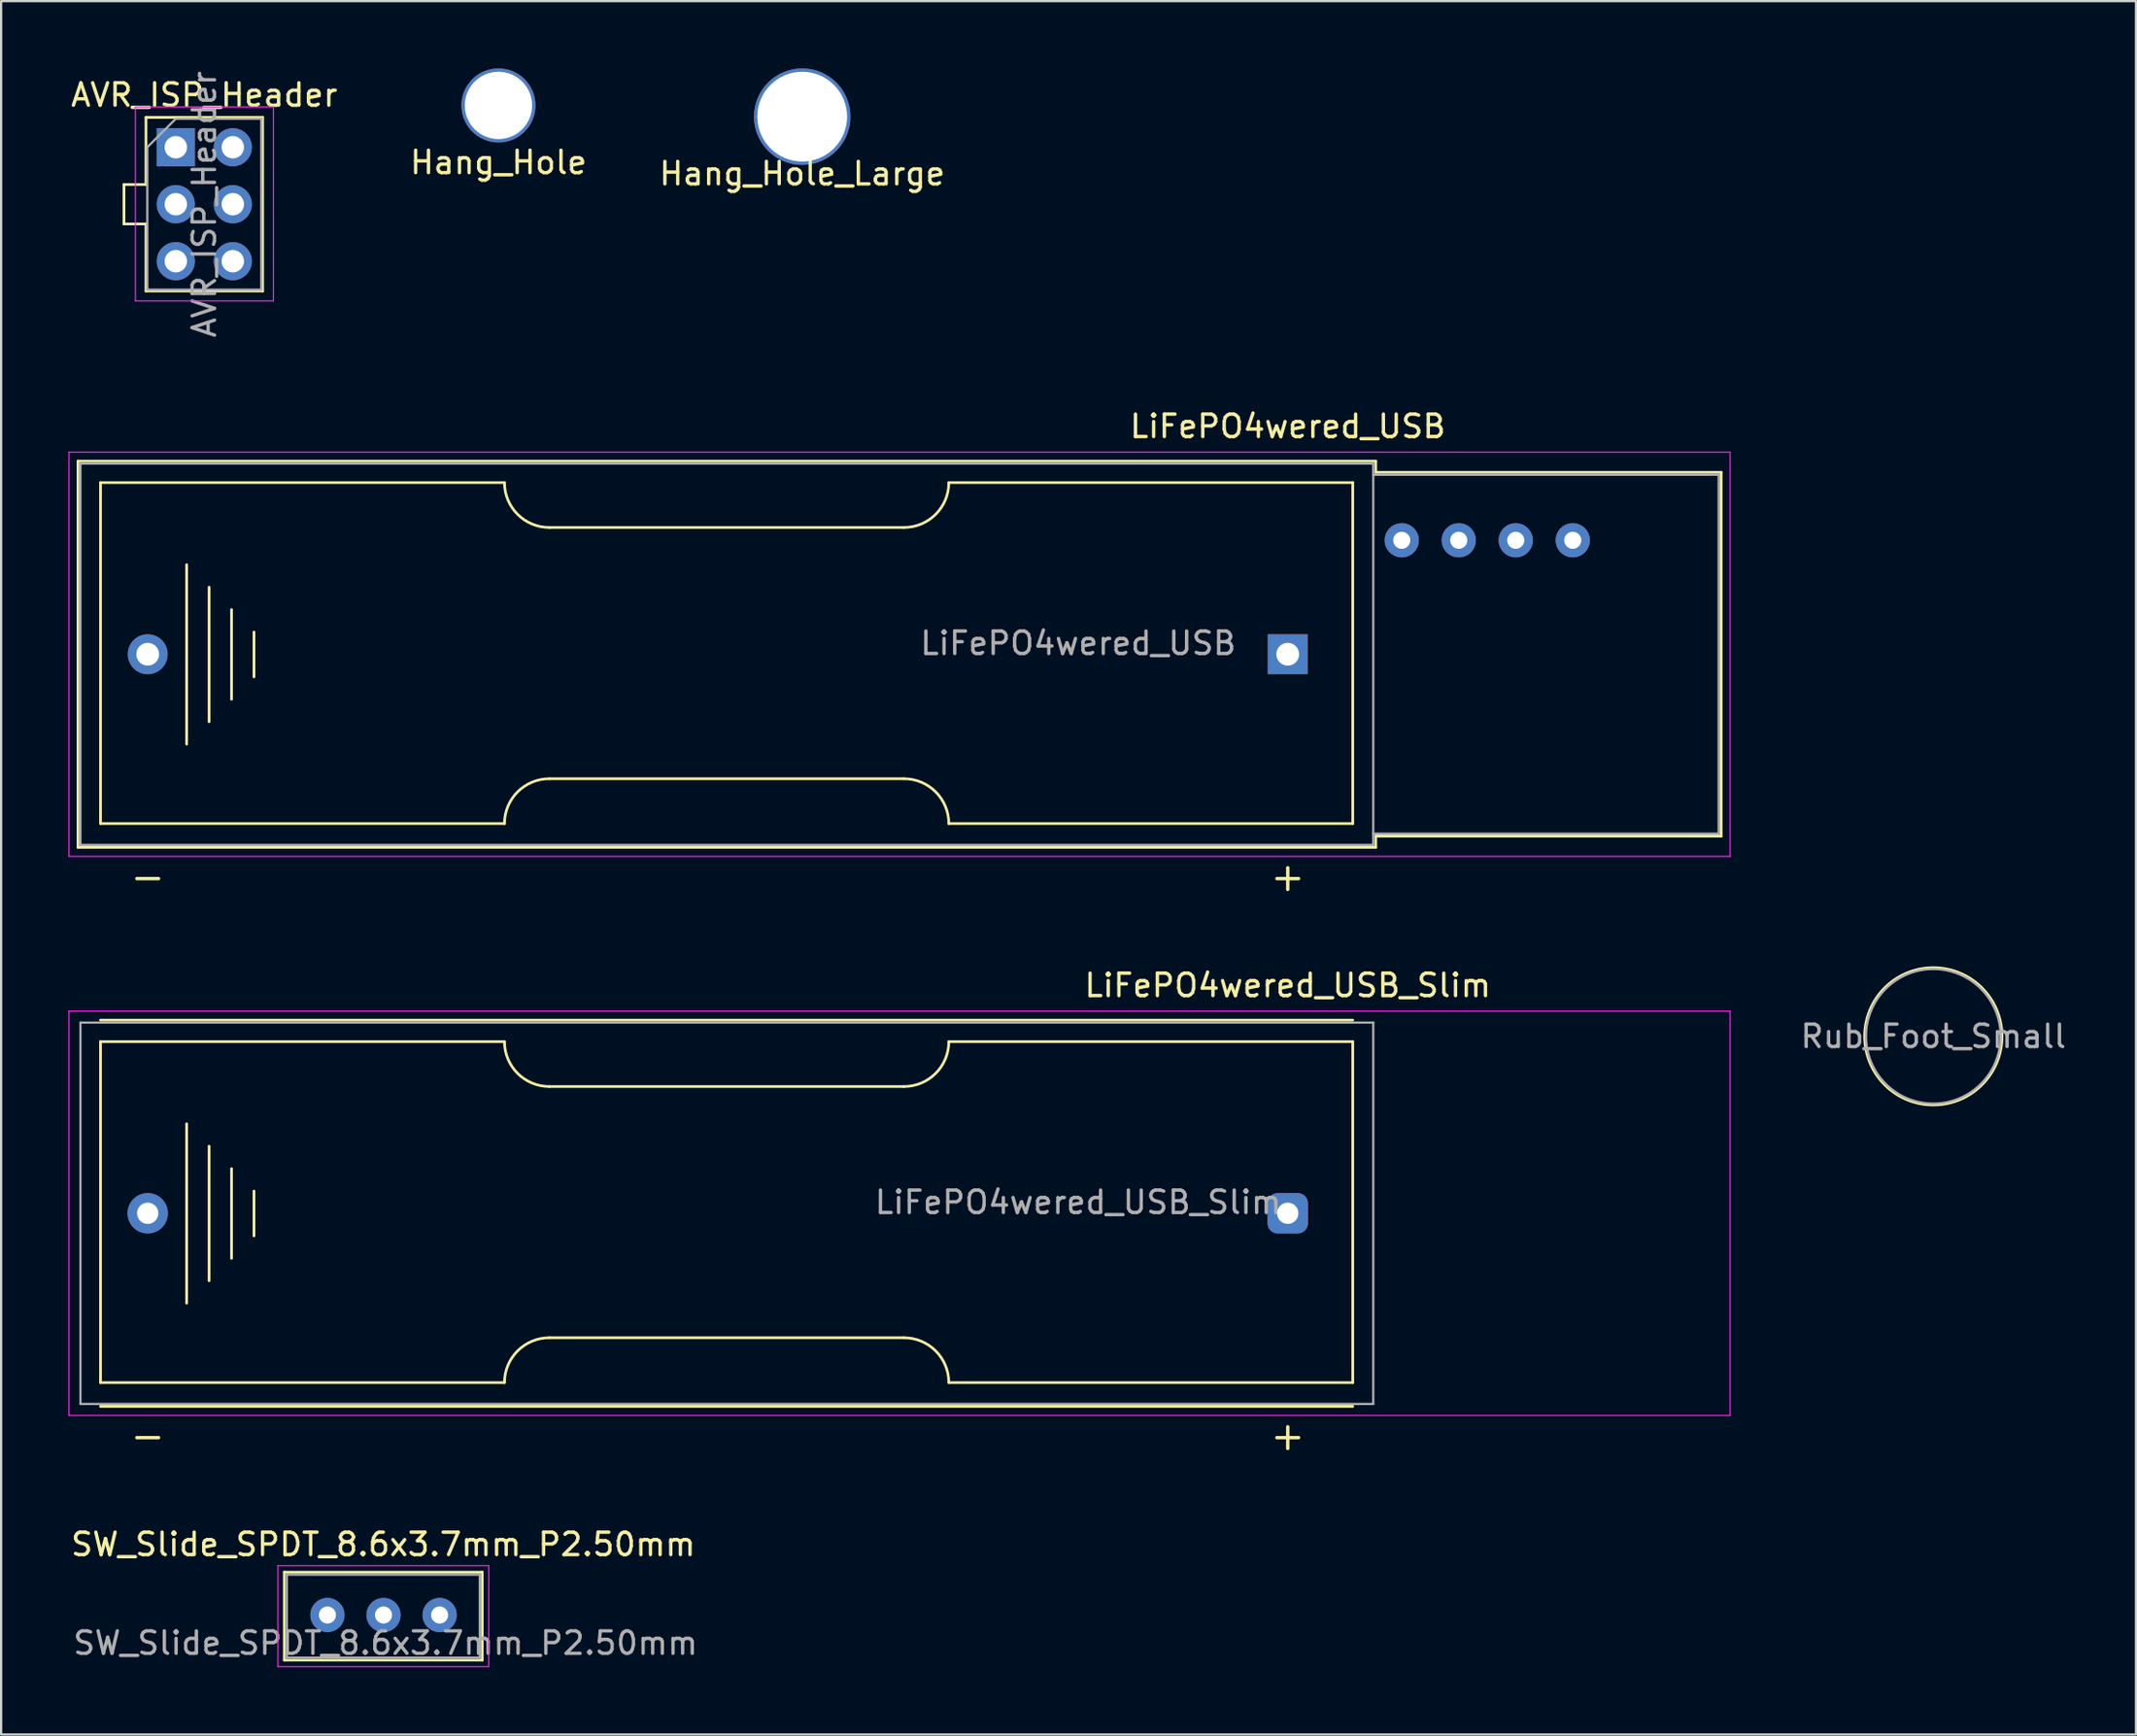
<source format=kicad_pcb>
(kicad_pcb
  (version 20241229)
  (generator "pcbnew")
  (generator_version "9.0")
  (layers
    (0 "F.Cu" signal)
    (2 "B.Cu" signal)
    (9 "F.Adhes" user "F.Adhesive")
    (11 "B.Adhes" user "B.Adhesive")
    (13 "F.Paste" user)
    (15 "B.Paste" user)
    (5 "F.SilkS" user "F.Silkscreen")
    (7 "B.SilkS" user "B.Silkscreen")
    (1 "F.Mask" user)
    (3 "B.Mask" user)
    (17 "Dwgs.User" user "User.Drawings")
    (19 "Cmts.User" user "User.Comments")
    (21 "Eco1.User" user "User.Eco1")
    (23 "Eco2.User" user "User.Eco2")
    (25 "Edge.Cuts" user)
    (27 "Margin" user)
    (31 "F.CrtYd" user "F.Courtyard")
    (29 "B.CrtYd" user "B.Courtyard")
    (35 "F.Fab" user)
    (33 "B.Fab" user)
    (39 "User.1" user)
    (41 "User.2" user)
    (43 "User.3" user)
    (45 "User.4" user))
  (footprint "AVR_ISP_Header"
    (layer "F.Cu")
    (at 4.784 3.514)
    (property "Reference" "AVR_ISP_Header" (at 1.27 -2.33 0) (layer "F.SilkS") (effects (font (size 1 1) (thickness 0.15))))
    (attr through_hole)
    (fp_line (start -2.31 3.42) (end -2.31 1.66) (stroke (width 0.12) (type solid)) (layer "F.SilkS"))
    (fp_line (start -1.33 1.66) (end -2.31 1.66) (stroke (width 0.12) (type solid)) (layer "F.SilkS"))
    (fp_line (start -1.33 1.66) (end -1.33 -1.33) (stroke (width 0.12) (type solid)) (layer "F.SilkS"))
    (fp_line (start -1.33 3.42) (end -2.31 3.42) (stroke (width 0.12) (type solid)) (layer "F.SilkS"))
    (fp_line (start -1.33 6.41) (end -1.33 3.42) (stroke (width 0.12) (type solid)) (layer "F.SilkS"))
    (fp_line (start 3.87 -1.33) (end -1.33 -1.33) (stroke (width 0.12) (type solid)) (layer "F.SilkS"))
    (fp_line (start 3.87 6.41) (end -1.33 6.41) (stroke (width 0.12) (type solid)) (layer "F.SilkS"))
    (fp_line (start 3.87 6.41) (end 3.87 -1.33) (stroke (width 0.12) (type solid)) (layer "F.SilkS"))
    (fp_line (start -1.8 -1.8) (end -1.8 6.85) (stroke (width 0.05) (type solid)) (layer "F.CrtYd"))
    (fp_line (start -1.8 6.85) (end 4.35 6.85) (stroke (width 0.05) (type solid)) (layer "F.CrtYd"))
    (fp_line (start 4.35 -1.8) (end -1.8 -1.8) (stroke (width 0.05) (type solid)) (layer "F.CrtYd"))
    (fp_line (start 4.35 6.85) (end 4.35 -1.8) (stroke (width 0.05) (type solid)) (layer "F.CrtYd"))
    (fp_line (start -1.27 0) (end 0 -1.27) (stroke (width 0.1) (type solid)) (layer "F.Fab"))
    (fp_line (start -1.27 6.35) (end -1.27 0) (stroke (width 0.1) (type solid)) (layer "F.Fab"))
    (fp_line (start 0 -1.27) (end 3.81 -1.27) (stroke (width 0.1) (type solid)) (layer "F.Fab"))
    (fp_line (start 3.81 -1.27) (end 3.81 6.35) (stroke (width 0.1) (type solid)) (layer "F.Fab"))
    (fp_line (start 3.81 6.35) (end -1.27 6.35) (stroke (width 0.1) (type solid)) (layer "F.Fab"))
    (fp_text user "${REFERENCE}" (at 1.27 2.54 90) (layer "F.Fab") (effects (font (size 1 1) (thickness 0.15))))
    (pad "1" thru_hole rect (at 0 0) (size 1.7 1.7) (drill 1) (layers "*.Cu" "*.Mask"))
    (pad "2" thru_hole oval (at 2.54 0) (size 1.7 1.7) (drill 1) (layers "*.Cu" "*.Mask"))
    (pad "3" thru_hole oval (at 0 2.54) (size 1.7 1.7) (drill 1) (layers "*.Cu" "*.Mask"))
    (pad "4" thru_hole oval (at 2.54 2.54) (size 1.7 1.7) (drill 1) (layers "*.Cu" "*.Mask"))
    (pad "5" thru_hole oval (at 0 5.08) (size 1.7 1.7) (drill 1) (layers "*.Cu" "*.Mask"))
    (pad "6" thru_hole oval (at 2.54 5.08) (size 1.7 1.7) (drill 1) (layers "*.Cu" "*.Mask")))
  (footprint "Hang_Hole"
    (layer "F.Cu")
    (at 19.161 1.65)
    (property "Reference" "Hang_Hole" (at 0 2.54 0) (layer "F.SilkS") (effects (font (size 1 1) (thickness 0.15))))
    (attr through_hole)
    (pad "1" thru_hole circle (at 0 0) (size 3.3 3.3) (drill 3) (layers "*.Cu" "*.Mask")))
  (footprint "LiFePO4wered_USB"
    (layer "F.Cu")
    (at 54.332 26.115)
    (property "Reference" "LiFePO4wered_USB" (at 0 -10.16 0) (layer "F.SilkS") (effects (font (size 1 1) (thickness 0.15))))
    (attr through_hole)
    (fp_line (start -53.907 -8.61) (end 3.92 -8.61) (stroke (width 0.12) (type solid)) (layer "F.SilkS"))
    (fp_line (start -53.907 8.61) (end -53.907 -8.61) (stroke (width 0.12) (type solid)) (layer "F.SilkS"))
    (fp_line (start -53.907 8.61) (end 3.92 8.61) (stroke (width 0.12) (type solid)) (layer "F.SilkS"))
    (fp_line (start -52.903 -7.651) (end -52.903 7.549) (stroke (width 0.12) (type solid)) (layer "F.SilkS"))
    (fp_line (start -52.903 -7.651) (end -34.903 -7.651) (stroke (width 0.12) (type solid)) (layer "F.SilkS"))
    (fp_line (start -52.903 7.549) (end -34.903 7.549) (stroke (width 0.12) (type solid)) (layer "F.SilkS"))
    (fp_line (start -49.065 4.009) (end -49.065 -3.991) (stroke (width 0.12) (type solid)) (layer "F.SilkS"))
    (fp_line (start -48.065 -2.991) (end -48.065 3.009) (stroke (width 0.12) (type solid)) (layer "F.SilkS"))
    (fp_line (start -47.065 2.009) (end -47.065 -1.991) (stroke (width 0.12) (type solid)) (layer "F.SilkS"))
    (fp_line (start -46.065 1.009) (end -46.065 -0.991) (stroke (width 0.12) (type solid)) (layer "F.SilkS"))
    (fp_line (start -32.903 -5.651) (end -17.103 -5.651) (stroke (width 0.12) (type solid)) (layer "F.SilkS"))
    (fp_line (start -17.103 5.549) (end -32.903 5.549) (stroke (width 0.12) (type solid)) (layer "F.SilkS"))
    (fp_line (start -15.103 -7.651) (end 2.897 -7.651) (stroke (width 0.12) (type solid)) (layer "F.SilkS"))
    (fp_line (start -15.103 7.549) (end 2.897 7.549) (stroke (width 0.12) (type solid)) (layer "F.SilkS"))
    (fp_line (start 2.897 -7.651) (end 2.897 7.549) (stroke (width 0.12) (type solid)) (layer "F.SilkS"))
    (fp_line (start 3.92 -8.61) (end 3.92 -8.11) (stroke (width 0.12) (type solid)) (layer "F.SilkS"))
    (fp_line (start 3.92 -8.11) (end 19.312 -8.11) (stroke (width 0.12) (type solid)) (layer "F.SilkS"))
    (fp_line (start 3.92 8.11) (end 19.312 8.11) (stroke (width 0.12) (type solid)) (layer "F.SilkS"))
    (fp_line (start 3.92 8.61) (end 3.92 8.11) (stroke (width 0.12) (type solid)) (layer "F.SilkS"))
    (fp_line (start 19.312 -8.11) (end 19.312 8.11) (stroke (width 0.12) (type solid)) (layer "F.SilkS"))
    (fp_arc (start -34.9032 7.5492) (mid -34.317414 6.134986) (end -32.9032 5.5492) (stroke (width 0.12) (type solid)) (layer "F.SilkS"))
    (fp_arc (start -32.9032 -5.6508) (mid -34.317414 -6.236586) (end -34.9032 -7.6508) (stroke (width 0.12) (type solid)) (layer "F.SilkS"))
    (fp_arc (start -17.1032 5.5492) (mid -15.688986 6.134986) (end -15.1032 7.5492) (stroke (width 0.12) (type solid)) (layer "F.SilkS"))
    (fp_arc (start -15.1032 -7.6508) (mid -15.688986 -6.236586) (end -17.1032 -5.6508) (stroke (width 0.12) (type solid)) (layer "F.SilkS"))
    (fp_line (start -54.307 -9.01) (end 19.712 -9.01) (stroke (width 0.05) (type solid)) (layer "F.CrtYd"))
    (fp_line (start -54.307 9.01) (end -54.307 -9.01) (stroke (width 0.05) (type solid)) (layer "F.CrtYd"))
    (fp_line (start -54.307 9.01) (end 19.712 9.01) (stroke (width 0.05) (type solid)) (layer "F.CrtYd"))
    (fp_line (start 19.712 -9.01) (end 19.712 9.01) (stroke (width 0.05) (type solid)) (layer "F.CrtYd"))
    (fp_line (start -53.797 -8.5) (end 3.81 -8.5) (stroke (width 0.1) (type solid)) (layer "F.Fab"))
    (fp_line (start -53.797 8.5) (end -53.797 -8.5) (stroke (width 0.1) (type solid)) (layer "F.Fab"))
    (fp_line (start -53.797 8.5) (end 3.81 8.5) (stroke (width 0.1) (type solid)) (layer "F.Fab"))
    (fp_line (start 3.81 -8.5) (end 3.81 8.5) (stroke (width 0.1) (type solid)) (layer "F.Fab"))
    (fp_line (start 3.81 -8) (end 19.202 -8) (stroke (width 0.1) (type solid)) (layer "F.Fab"))
    (fp_line (start 3.81 8) (end 19.202 8) (stroke (width 0.1) (type solid)) (layer "F.Fab"))
    (fp_line (start 19.202 -8) (end 19.202 8) (stroke (width 0.1) (type solid)) (layer "F.Fab"))
    (fp_text user "+" (at 0 9.906 0) (layer "F.SilkS") (effects (font (size 1.27 1.27) (thickness 0.15))))
    (fp_text user "-" (at -50.8 9.906 0) (layer "F.SilkS") (effects (font (size 1.27 1.27) (thickness 0.15))))
    (fp_text user "${REFERENCE}" (at -9.339 -0.49 0) (layer "F.Fab") (effects (font (size 1 1) (thickness 0.15))))
    (pad "1" thru_hole rect (at 0 0) (size 1.778 1.778) (drill 1.016) (layers "*.Cu" "*.Mask"))
    (pad "1" thru_hole circle (at 5.08 -5.08) (size 1.524 1.524) (drill 0.762) (layers "*.Cu" "*.Mask"))
    (pad "2" thru_hole circle (at -50.8 0) (size 1.778 1.778) (drill 1.016) (layers "*.Cu" "*.Mask"))
    (pad "2" thru_hole circle (at 12.7 -5.08) (size 1.524 1.524) (drill 0.762) (layers "*.Cu" "*.Mask"))
    (pad "3" thru_hole circle (at 7.62 -5.08) (size 1.524 1.524) (drill 0.762) (layers "*.Cu" "*.Mask"))
    (pad "4" thru_hole circle (at 10.16 -5.08) (size 1.524 1.524) (drill 0.762) (layers "*.Cu" "*.Mask")))
  (footprint "Hang_Hole_Large"
    (layer "F.Cu")
    (at 32.696 2.15)
    (property "Reference" "Hang_Hole_Large" (at 0 2.54 0) (layer "F.SilkS") (effects (font (size 1 1) (thickness 0.15))))
    (attr through_hole)
    (pad "1" thru_hole circle (at 0 0) (size 4.3 4.3) (drill 4) (layers "*.Cu" "*.Mask")))
  (footprint "Rub_Foot_Small"
    (layer "F.Cu")
    (at 83.099 43.148)
    (property "Reference" "Rub_Foot_Small" (at 0 0 0) (layer "F.Fab") (effects (font (size 1 1) (thickness 0.15))))
    (attr through_hole)
    (fp_circle (center 0 0) (end 3.06 0) (stroke (width 0.12) (type solid)) (fill no) (layer "F.SilkS"))
    (fp_circle (center 0 0) (end 3 0) (stroke (width 0.1) (type solid)) (fill no) (layer "F.Fab")))
  (footprint "LiFePO4wered_USB_Slim"
    (layer "F.Cu")
    (at 54.332 51.036)
    (property "Reference" "LiFePO4wered_USB_Slim" (at 0 -10.16 0) (layer "F.SilkS") (effects (font (size 1 1) (thickness 0.15))))
    (attr through_hole)
    (fp_line (start -52.903 -8.61) (end 2.897 -8.61) (stroke (width 0.12) (type solid)) (layer "F.SilkS"))
    (fp_line (start -52.903 -7.651) (end -52.903 7.549) (stroke (width 0.12) (type solid)) (layer "F.SilkS"))
    (fp_line (start -52.903 -7.651) (end -34.903 -7.651) (stroke (width 0.12) (type solid)) (layer "F.SilkS"))
    (fp_line (start -52.903 7.549) (end -34.903 7.549) (stroke (width 0.12) (type solid)) (layer "F.SilkS"))
    (fp_line (start -52.903 8.61) (end 2.897 8.61) (stroke (width 0.12) (type solid)) (layer "F.SilkS"))
    (fp_line (start -49.065 4.009) (end -49.065 -3.991) (stroke (width 0.12) (type solid)) (layer "F.SilkS"))
    (fp_line (start -48.065 -2.991) (end -48.065 3.009) (stroke (width 0.12) (type solid)) (layer "F.SilkS"))
    (fp_line (start -47.065 2.009) (end -47.065 -1.991) (stroke (width 0.12) (type solid)) (layer "F.SilkS"))
    (fp_line (start -46.065 1.009) (end -46.065 -0.991) (stroke (width 0.12) (type solid)) (layer "F.SilkS"))
    (fp_line (start -32.903 -5.651) (end -17.103 -5.651) (stroke (width 0.12) (type solid)) (layer "F.SilkS"))
    (fp_line (start -17.103 5.549) (end -32.903 5.549) (stroke (width 0.12) (type solid)) (layer "F.SilkS"))
    (fp_line (start -15.103 -7.651) (end 2.897 -7.651) (stroke (width 0.12) (type solid)) (layer "F.SilkS"))
    (fp_line (start -15.103 7.549) (end 2.897 7.549) (stroke (width 0.12) (type solid)) (layer "F.SilkS"))
    (fp_line (start 2.897 -7.651) (end 2.897 7.549) (stroke (width 0.12) (type solid)) (layer "F.SilkS"))
    (fp_arc (start -34.9032 7.5492) (mid -34.317414 6.134986) (end -32.9032 5.5492) (stroke (width 0.12) (type solid)) (layer "F.SilkS"))
    (fp_arc (start -32.9032 -5.6508) (mid -34.317414 -6.236586) (end -34.9032 -7.6508) (stroke (width 0.12) (type solid)) (layer "F.SilkS"))
    (fp_arc (start -17.1032 5.5492) (mid -15.688986 6.134986) (end -15.1032 7.5492) (stroke (width 0.12) (type solid)) (layer "F.SilkS"))
    (fp_arc (start -15.1032 -7.6508) (mid -15.688986 -6.236586) (end -17.1032 -5.6508) (stroke (width 0.12) (type solid)) (layer "F.SilkS"))
    (fp_line (start -54.307 -9.01) (end 19.712 -9.01) (stroke (width 0.05) (type solid)) (layer "F.CrtYd"))
    (fp_line (start -54.307 9.01) (end -54.307 -9.01) (stroke (width 0.05) (type solid)) (layer "F.CrtYd"))
    (fp_line (start -54.307 9.01) (end 19.712 9.01) (stroke (width 0.05) (type solid)) (layer "F.CrtYd"))
    (fp_line (start 19.712 -9.01) (end 19.712 9.01) (stroke (width 0.05) (type solid)) (layer "F.CrtYd"))
    (fp_line (start -53.797 -8.5) (end 3.81 -8.5) (stroke (width 0.1) (type solid)) (layer "F.Fab"))
    (fp_line (start -53.797 8.5) (end -53.797 -8.5) (stroke (width 0.1) (type solid)) (layer "F.Fab"))
    (fp_line (start -53.797 8.5) (end 3.81 8.5) (stroke (width 0.1) (type solid)) (layer "F.Fab"))
    (fp_line (start 3.81 -8.5) (end 3.81 8.5) (stroke (width 0.1) (type solid)) (layer "F.Fab"))
    (fp_text user "-" (at -50.8 9.906 0) (layer "F.SilkS") (effects (font (size 1.27 1.27) (thickness 0.15))))
    (fp_text user "+" (at 0 9.906 0) (layer "F.SilkS") (effects (font (size 1.27 1.27) (thickness 0.15))))
    (fp_text user "${REFERENCE}" (at -9.339 -0.49 0) (layer "F.Fab") (effects (font (size 1 1) (thickness 0.15))))
    (pad "1" thru_hole roundrect (at 0 0) (size 1.8 1.8) (drill 0.95) (layers "*.Cu" "*.Mask") (roundrect_rratio 0.25))
    (pad "2" thru_hole circle (at -50.8 0) (size 1.8 1.8) (drill 0.95) (layers "*.Cu" "*.Mask")))
  (footprint "SW_Slide_SPDT_8.6x3.7mm_P2.50mm"
    (layer "F.Cu")
    (at 14.03 68.996)
    (property "Reference" "SW_Slide_SPDT_8.6x3.7mm_P2.50mm" (at 0 -3.2 0) (layer "F.SilkS") (effects (font (size 1 1) (thickness 0.15))))
    (attr through_hole)
    (fp_line (start -4.41 -1.96) (end -4.41 1.96) (stroke (width 0.12) (type solid)) (layer "F.SilkS"))
    (fp_line (start -4.41 -1.96) (end 4.41 -1.96) (stroke (width 0.12) (type solid)) (layer "F.SilkS"))
    (fp_line (start -4.41 1.96) (end 4.41 1.96) (stroke (width 0.12) (type solid)) (layer "F.SilkS"))
    (fp_line (start 4.41 -1.96) (end 4.41 1.96) (stroke (width 0.12) (type solid)) (layer "F.SilkS"))
    (fp_line (start -4.7 -2.25) (end -4.7 2.25) (stroke (width 0.05) (type solid)) (layer "F.CrtYd"))
    (fp_line (start -4.7 -2.25) (end 4.7 -2.25) (stroke (width 0.05) (type solid)) (layer "F.CrtYd"))
    (fp_line (start -4.7 2.25) (end 4.7 2.25) (stroke (width 0.05) (type solid)) (layer "F.CrtYd"))
    (fp_line (start 4.7 -2.25) (end 4.7 2.25) (stroke (width 0.05) (type solid)) (layer "F.CrtYd"))
    (fp_line (start -4.3 -1.85) (end -4.3 1.85) (stroke (width 0.1) (type solid)) (layer "F.Fab"))
    (fp_line (start -4.3 -1.85) (end 4.3 -1.85) (stroke (width 0.1) (type solid)) (layer "F.Fab"))
    (fp_line (start -4.3 1.85) (end 4.3 1.85) (stroke (width 0.1) (type solid)) (layer "F.Fab"))
    (fp_line (start 4.3 -1.85) (end 4.3 1.85) (stroke (width 0.1) (type solid)) (layer "F.Fab"))
    (fp_text user "${REFERENCE}" (at 0.1 1.2 0) (layer "F.Fab") (effects (font (size 1 1) (thickness 0.15))))
    (pad "1" thru_hole circle (at -2.49 -0.051) (size 1.524 1.524) (drill 0.762) (layers "*.Cu" "*.Mask"))
    (pad "2" thru_hole circle (at 0.01 -0.051) (size 1.524 1.524) (drill 0.762) (layers "*.Cu" "*.Mask"))
    (pad "3" thru_hole circle (at 2.51 -0.051) (size 1.524 1.524) (drill 0.762) (layers "*.Cu" "*.Mask")))
  (gr_rect
    (start -3 -3)
    (end 92.129 74.271)
    (stroke (width 0.1) (type default))
    (fill no)
    (layer "Edge.Cuts")))
</source>
